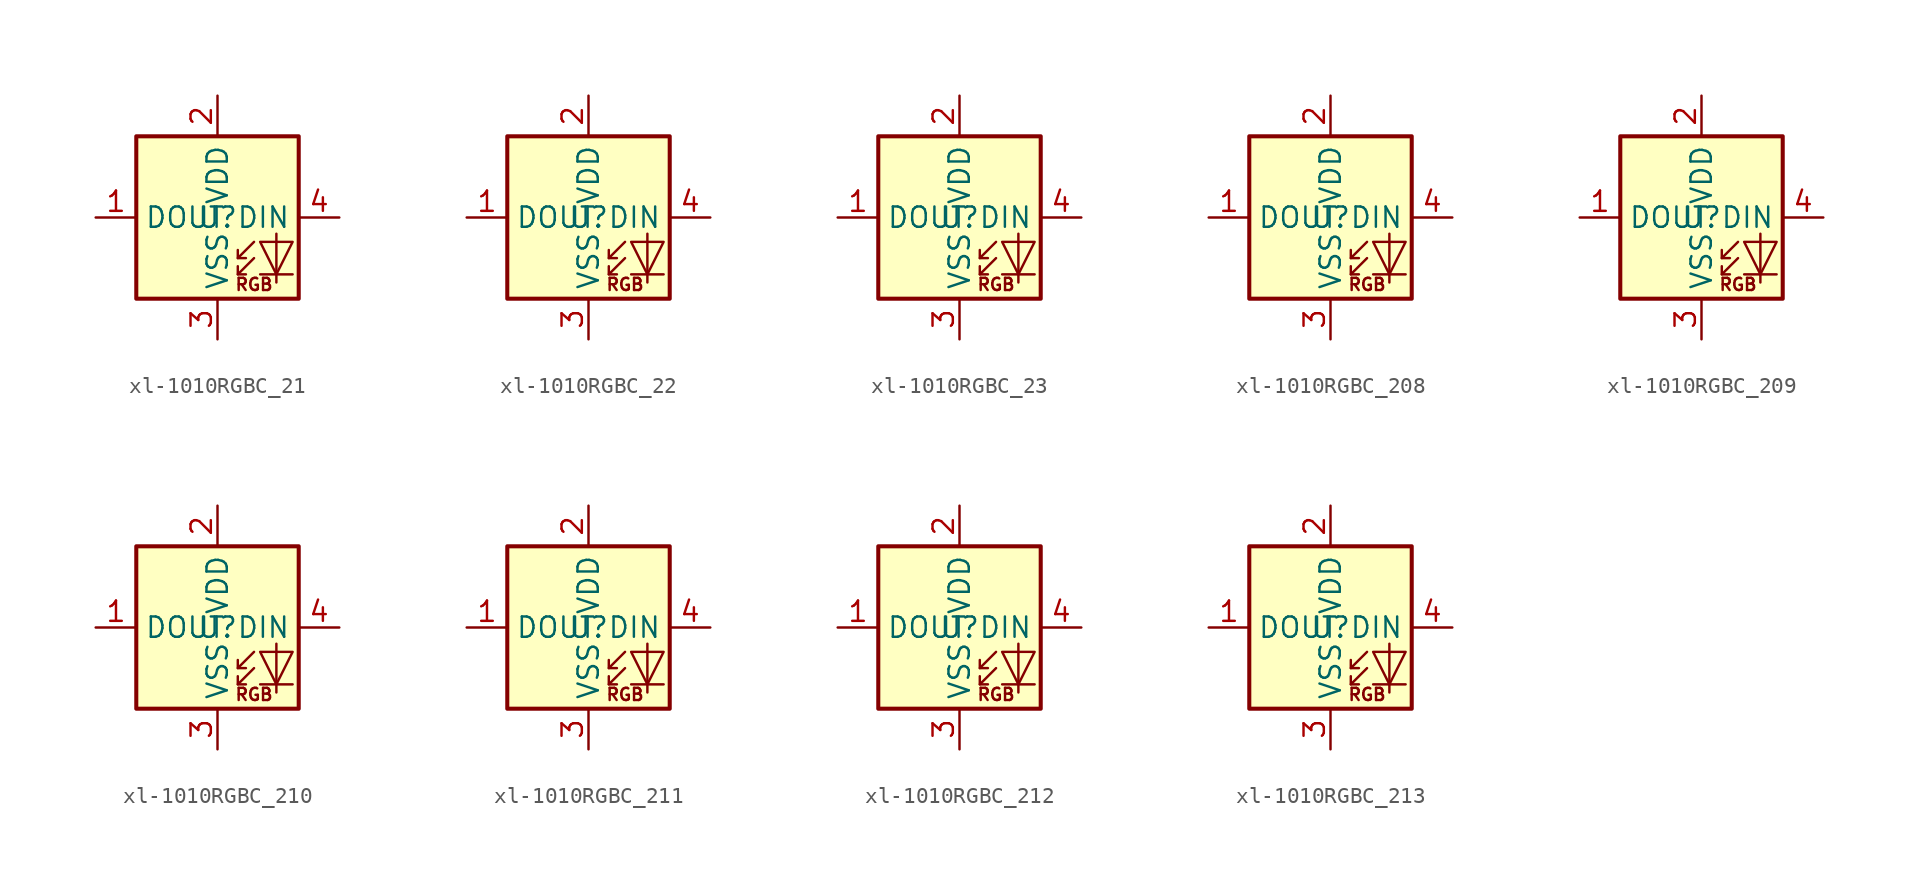
<source format=kicad_sym>
(kicad_symbol_lib
  (version 20231120)
  (generator "kicad_symbol_editor")
  (generator_version "8.0")
  (symbol "xl-1010RGBC_21"
    (property "Reference" "U"
      (at 0 0 0)
      (effects (font (size 1.27 1.27))))
    (property "Value" ""
      (at 0 0 0)
      (effects (font (size 1.27 1.27))))
    (symbol "xl-1010RGBC_21_0_0"
      (text "RGB" (at 2.286 -4.191 0) (effects (font (size 0.762 0.762)))))
    (symbol "xl-1010RGBC_21_0_1"
      (polyline (pts (xy 1.27 -3.556) (xy 1.778 -3.556)) (stroke (width 0) (type default)) (fill (type none)))
      (polyline (pts (xy 1.27 -2.54) (xy 1.778 -2.54)) (stroke (width 0) (type default)) (fill (type none)))
      (polyline (pts (xy 4.699 -3.556) (xy 2.667 -3.556)) (stroke (width 0) (type default)) (fill (type none)))
      (polyline (pts (xy 2.286 -2.54) (xy 1.27 -3.556) (xy 1.27 -3.048)) (stroke (width 0) (type default)) (fill (type none)))
      (polyline (pts (xy 2.286 -1.524) (xy 1.27 -2.54) (xy 1.27 -2.032)) (stroke (width 0) (type default)) (fill (type none)))
      (polyline (pts (xy 3.683 -1.016) (xy 3.683 -3.556) (xy 3.683 -4.064)) (stroke (width 0) (type default)) (fill (type none)))
      (polyline (pts (xy 4.699 -1.524) (xy 2.667 -1.524) (xy 3.683 -3.556) (xy 4.699 -1.524)) (stroke (width 0) (type default)) (fill (type none)))
      (rectangle (start 5.08 5.08) (end -5.08 -5.08) (stroke (width 0.254) (type default)) (fill (type background))))
    (symbol "xl-1010RGBC_21_1_1"
      (pin output line (at -7.62 0 0) (length 2.54) (name "DOUT" (effects (font (size 1.27 1.27)))) (number "1" (effects (font (size 1.27 1.27)))))
      (pin power_in line (at 0 7.62 270) (length 2.54) (name "VDD" (effects (font (size 1.27 1.27)))) (number "2" (effects (font (size 1.27 1.27)))))
      (pin power_in line (at 0 -7.62 90) (length 2.54) (name "VSS" (effects (font (size 1.27 1.27)))) (number "3" (effects (font (size 1.27 1.27)))))
      (pin input line (at 7.62 0 180) (length 2.54) (name "DIN" (effects (font (size 1.27 1.27)))) (number "4" (effects (font (size 1.27 1.27)))))))
  (symbol "xl-1010RGBC_22"
    (property "Reference" "U"
      (at 0 0 0)
      (effects (font (size 1.27 1.27))))
    (property "Value" ""
      (at 0 0 0)
      (effects (font (size 1.27 1.27))))
    (symbol "xl-1010RGBC_22_0_0"
      (text "RGB" (at 2.286 -4.191 0) (effects (font (size 0.762 0.762)))))
    (symbol "xl-1010RGBC_22_0_1"
      (polyline (pts (xy 1.27 -3.556) (xy 1.778 -3.556)) (stroke (width 0) (type default)) (fill (type none)))
      (polyline (pts (xy 1.27 -2.54) (xy 1.778 -2.54)) (stroke (width 0) (type default)) (fill (type none)))
      (polyline (pts (xy 4.699 -3.556) (xy 2.667 -3.556)) (stroke (width 0) (type default)) (fill (type none)))
      (polyline (pts (xy 2.286 -2.54) (xy 1.27 -3.556) (xy 1.27 -3.048)) (stroke (width 0) (type default)) (fill (type none)))
      (polyline (pts (xy 2.286 -1.524) (xy 1.27 -2.54) (xy 1.27 -2.032)) (stroke (width 0) (type default)) (fill (type none)))
      (polyline (pts (xy 3.683 -1.016) (xy 3.683 -3.556) (xy 3.683 -4.064)) (stroke (width 0) (type default)) (fill (type none)))
      (polyline (pts (xy 4.699 -1.524) (xy 2.667 -1.524) (xy 3.683 -3.556) (xy 4.699 -1.524)) (stroke (width 0) (type default)) (fill (type none)))
      (rectangle (start 5.08 5.08) (end -5.08 -5.08) (stroke (width 0.254) (type default)) (fill (type background))))
    (symbol "xl-1010RGBC_22_1_1"
      (pin output line (at -7.62 0 0) (length 2.54) (name "DOUT" (effects (font (size 1.27 1.27)))) (number "1" (effects (font (size 1.27 1.27)))))
      (pin power_in line (at 0 7.62 270) (length 2.54) (name "VDD" (effects (font (size 1.27 1.27)))) (number "2" (effects (font (size 1.27 1.27)))))
      (pin power_in line (at 0 -7.62 90) (length 2.54) (name "VSS" (effects (font (size 1.27 1.27)))) (number "3" (effects (font (size 1.27 1.27)))))
      (pin input line (at 7.62 0 180) (length 2.54) (name "DIN" (effects (font (size 1.27 1.27)))) (number "4" (effects (font (size 1.27 1.27)))))))
  (symbol "xl-1010RGBC_23"
    (property "Reference" "U"
      (at 0 0 0)
      (effects (font (size 1.27 1.27))))
    (property "Value" ""
      (at 0 0 0)
      (effects (font (size 1.27 1.27))))
    (symbol "xl-1010RGBC_23_0_0"
      (text "RGB" (at 2.286 -4.191 0) (effects (font (size 0.762 0.762)))))
    (symbol "xl-1010RGBC_23_0_1"
      (polyline (pts (xy 1.27 -3.556) (xy 1.778 -3.556)) (stroke (width 0) (type default)) (fill (type none)))
      (polyline (pts (xy 1.27 -2.54) (xy 1.778 -2.54)) (stroke (width 0) (type default)) (fill (type none)))
      (polyline (pts (xy 4.699 -3.556) (xy 2.667 -3.556)) (stroke (width 0) (type default)) (fill (type none)))
      (polyline (pts (xy 2.286 -2.54) (xy 1.27 -3.556) (xy 1.27 -3.048)) (stroke (width 0) (type default)) (fill (type none)))
      (polyline (pts (xy 2.286 -1.524) (xy 1.27 -2.54) (xy 1.27 -2.032)) (stroke (width 0) (type default)) (fill (type none)))
      (polyline (pts (xy 3.683 -1.016) (xy 3.683 -3.556) (xy 3.683 -4.064)) (stroke (width 0) (type default)) (fill (type none)))
      (polyline (pts (xy 4.699 -1.524) (xy 2.667 -1.524) (xy 3.683 -3.556) (xy 4.699 -1.524)) (stroke (width 0) (type default)) (fill (type none)))
      (rectangle (start 5.08 5.08) (end -5.08 -5.08) (stroke (width 0.254) (type default)) (fill (type background))))
    (symbol "xl-1010RGBC_23_1_1"
      (pin output line (at -7.62 0 0) (length 2.54) (name "DOUT" (effects (font (size 1.27 1.27)))) (number "1" (effects (font (size 1.27 1.27)))))
      (pin power_in line (at 0 7.62 270) (length 2.54) (name "VDD" (effects (font (size 1.27 1.27)))) (number "2" (effects (font (size 1.27 1.27)))))
      (pin power_in line (at 0 -7.62 90) (length 2.54) (name "VSS" (effects (font (size 1.27 1.27)))) (number "3" (effects (font (size 1.27 1.27)))))
      (pin input line (at 7.62 0 180) (length 2.54) (name "DIN" (effects (font (size 1.27 1.27)))) (number "4" (effects (font (size 1.27 1.27)))))))
  (symbol "xl-1010RGBC_208"
    (property "Reference" "U"
      (at 0 0 0)
      (effects (font (size 1.27 1.27))))
    (property "Value" ""
      (at 0 0 0)
      (effects (font (size 1.27 1.27))))
    (symbol "xl-1010RGBC_208_0_0"
      (text "RGB" (at 2.286 -4.191 0) (effects (font (size 0.762 0.762)))))
    (symbol "xl-1010RGBC_208_0_1"
      (polyline (pts (xy 1.27 -3.556) (xy 1.778 -3.556)) (stroke (width 0) (type default)) (fill (type none)))
      (polyline (pts (xy 1.27 -2.54) (xy 1.778 -2.54)) (stroke (width 0) (type default)) (fill (type none)))
      (polyline (pts (xy 4.699 -3.556) (xy 2.667 -3.556)) (stroke (width 0) (type default)) (fill (type none)))
      (polyline (pts (xy 2.286 -2.54) (xy 1.27 -3.556) (xy 1.27 -3.048)) (stroke (width 0) (type default)) (fill (type none)))
      (polyline (pts (xy 2.286 -1.524) (xy 1.27 -2.54) (xy 1.27 -2.032)) (stroke (width 0) (type default)) (fill (type none)))
      (polyline (pts (xy 3.683 -1.016) (xy 3.683 -3.556) (xy 3.683 -4.064)) (stroke (width 0) (type default)) (fill (type none)))
      (polyline (pts (xy 4.699 -1.524) (xy 2.667 -1.524) (xy 3.683 -3.556) (xy 4.699 -1.524)) (stroke (width 0) (type default)) (fill (type none)))
      (rectangle (start 5.08 5.08) (end -5.08 -5.08) (stroke (width 0.254) (type default)) (fill (type background))))
    (symbol "xl-1010RGBC_208_1_1"
      (pin output line (at -7.62 0 0) (length 2.54) (name "DOUT" (effects (font (size 1.27 1.27)))) (number "1" (effects (font (size 1.27 1.27)))))
      (pin power_in line (at 0 7.62 270) (length 2.54) (name "VDD" (effects (font (size 1.27 1.27)))) (number "2" (effects (font (size 1.27 1.27)))))
      (pin power_in line (at 0 -7.62 90) (length 2.54) (name "VSS" (effects (font (size 1.27 1.27)))) (number "3" (effects (font (size 1.27 1.27)))))
      (pin input line (at 7.62 0 180) (length 2.54) (name "DIN" (effects (font (size 1.27 1.27)))) (number "4" (effects (font (size 1.27 1.27)))))))
  (symbol "xl-1010RGBC_209"
    (property "Reference" "U"
      (at 0 0 0)
      (effects (font (size 1.27 1.27))))
    (property "Value" ""
      (at 0 0 0)
      (effects (font (size 1.27 1.27))))
    (symbol "xl-1010RGBC_209_0_0"
      (text "RGB" (at 2.286 -4.191 0) (effects (font (size 0.762 0.762)))))
    (symbol "xl-1010RGBC_209_0_1"
      (polyline (pts (xy 1.27 -3.556) (xy 1.778 -3.556)) (stroke (width 0) (type default)) (fill (type none)))
      (polyline (pts (xy 1.27 -2.54) (xy 1.778 -2.54)) (stroke (width 0) (type default)) (fill (type none)))
      (polyline (pts (xy 4.699 -3.556) (xy 2.667 -3.556)) (stroke (width 0) (type default)) (fill (type none)))
      (polyline (pts (xy 2.286 -2.54) (xy 1.27 -3.556) (xy 1.27 -3.048)) (stroke (width 0) (type default)) (fill (type none)))
      (polyline (pts (xy 2.286 -1.524) (xy 1.27 -2.54) (xy 1.27 -2.032)) (stroke (width 0) (type default)) (fill (type none)))
      (polyline (pts (xy 3.683 -1.016) (xy 3.683 -3.556) (xy 3.683 -4.064)) (stroke (width 0) (type default)) (fill (type none)))
      (polyline (pts (xy 4.699 -1.524) (xy 2.667 -1.524) (xy 3.683 -3.556) (xy 4.699 -1.524)) (stroke (width 0) (type default)) (fill (type none)))
      (rectangle (start 5.08 5.08) (end -5.08 -5.08) (stroke (width 0.254) (type default)) (fill (type background))))
    (symbol "xl-1010RGBC_209_1_1"
      (pin output line (at -7.62 0 0) (length 2.54) (name "DOUT" (effects (font (size 1.27 1.27)))) (number "1" (effects (font (size 1.27 1.27)))))
      (pin power_in line (at 0 7.62 270) (length 2.54) (name "VDD" (effects (font (size 1.27 1.27)))) (number "2" (effects (font (size 1.27 1.27)))))
      (pin power_in line (at 0 -7.62 90) (length 2.54) (name "VSS" (effects (font (size 1.27 1.27)))) (number "3" (effects (font (size 1.27 1.27)))))
      (pin input line (at 7.62 0 180) (length 2.54) (name "DIN" (effects (font (size 1.27 1.27)))) (number "4" (effects (font (size 1.27 1.27)))))))
  (symbol "xl-1010RGBC_210"
    (property "Reference" "U"
      (at 0 0 0)
      (effects (font (size 1.27 1.27))))
    (property "Value" ""
      (at 0 0 0)
      (effects (font (size 1.27 1.27))))
    (symbol "xl-1010RGBC_210_0_0"
      (text "RGB" (at 2.286 -4.191 0) (effects (font (size 0.762 0.762)))))
    (symbol "xl-1010RGBC_210_0_1"
      (polyline (pts (xy 1.27 -3.556) (xy 1.778 -3.556)) (stroke (width 0) (type default)) (fill (type none)))
      (polyline (pts (xy 1.27 -2.54) (xy 1.778 -2.54)) (stroke (width 0) (type default)) (fill (type none)))
      (polyline (pts (xy 4.699 -3.556) (xy 2.667 -3.556)) (stroke (width 0) (type default)) (fill (type none)))
      (polyline (pts (xy 2.286 -2.54) (xy 1.27 -3.556) (xy 1.27 -3.048)) (stroke (width 0) (type default)) (fill (type none)))
      (polyline (pts (xy 2.286 -1.524) (xy 1.27 -2.54) (xy 1.27 -2.032)) (stroke (width 0) (type default)) (fill (type none)))
      (polyline (pts (xy 3.683 -1.016) (xy 3.683 -3.556) (xy 3.683 -4.064)) (stroke (width 0) (type default)) (fill (type none)))
      (polyline (pts (xy 4.699 -1.524) (xy 2.667 -1.524) (xy 3.683 -3.556) (xy 4.699 -1.524)) (stroke (width 0) (type default)) (fill (type none)))
      (rectangle (start 5.08 5.08) (end -5.08 -5.08) (stroke (width 0.254) (type default)) (fill (type background))))
    (symbol "xl-1010RGBC_210_1_1"
      (pin output line (at -7.62 0 0) (length 2.54) (name "DOUT" (effects (font (size 1.27 1.27)))) (number "1" (effects (font (size 1.27 1.27)))))
      (pin power_in line (at 0 7.62 270) (length 2.54) (name "VDD" (effects (font (size 1.27 1.27)))) (number "2" (effects (font (size 1.27 1.27)))))
      (pin power_in line (at 0 -7.62 90) (length 2.54) (name "VSS" (effects (font (size 1.27 1.27)))) (number "3" (effects (font (size 1.27 1.27)))))
      (pin input line (at 7.62 0 180) (length 2.54) (name "DIN" (effects (font (size 1.27 1.27)))) (number "4" (effects (font (size 1.27 1.27)))))))
  (symbol "xl-1010RGBC_211"
    (property "Reference" "U"
      (at 0 0 0)
      (effects (font (size 1.27 1.27))))
    (property "Value" ""
      (at 0 0 0)
      (effects (font (size 1.27 1.27))))
    (symbol "xl-1010RGBC_211_0_0"
      (text "RGB" (at 2.286 -4.191 0) (effects (font (size 0.762 0.762)))))
    (symbol "xl-1010RGBC_211_0_1"
      (polyline (pts (xy 1.27 -3.556) (xy 1.778 -3.556)) (stroke (width 0) (type default)) (fill (type none)))
      (polyline (pts (xy 1.27 -2.54) (xy 1.778 -2.54)) (stroke (width 0) (type default)) (fill (type none)))
      (polyline (pts (xy 4.699 -3.556) (xy 2.667 -3.556)) (stroke (width 0) (type default)) (fill (type none)))
      (polyline (pts (xy 2.286 -2.54) (xy 1.27 -3.556) (xy 1.27 -3.048)) (stroke (width 0) (type default)) (fill (type none)))
      (polyline (pts (xy 2.286 -1.524) (xy 1.27 -2.54) (xy 1.27 -2.032)) (stroke (width 0) (type default)) (fill (type none)))
      (polyline (pts (xy 3.683 -1.016) (xy 3.683 -3.556) (xy 3.683 -4.064)) (stroke (width 0) (type default)) (fill (type none)))
      (polyline (pts (xy 4.699 -1.524) (xy 2.667 -1.524) (xy 3.683 -3.556) (xy 4.699 -1.524)) (stroke (width 0) (type default)) (fill (type none)))
      (rectangle (start 5.08 5.08) (end -5.08 -5.08) (stroke (width 0.254) (type default)) (fill (type background))))
    (symbol "xl-1010RGBC_211_1_1"
      (pin output line (at -7.62 0 0) (length 2.54) (name "DOUT" (effects (font (size 1.27 1.27)))) (number "1" (effects (font (size 1.27 1.27)))))
      (pin power_in line (at 0 7.62 270) (length 2.54) (name "VDD" (effects (font (size 1.27 1.27)))) (number "2" (effects (font (size 1.27 1.27)))))
      (pin power_in line (at 0 -7.62 90) (length 2.54) (name "VSS" (effects (font (size 1.27 1.27)))) (number "3" (effects (font (size 1.27 1.27)))))
      (pin input line (at 7.62 0 180) (length 2.54) (name "DIN" (effects (font (size 1.27 1.27)))) (number "4" (effects (font (size 1.27 1.27)))))))
  (symbol "xl-1010RGBC_212"
    (property "Reference" "U"
      (at 0 0 0)
      (effects (font (size 1.27 1.27))))
    (property "Value" ""
      (at 0 0 0)
      (effects (font (size 1.27 1.27))))
    (symbol "xl-1010RGBC_212_0_0"
      (text "RGB" (at 2.286 -4.191 0) (effects (font (size 0.762 0.762)))))
    (symbol "xl-1010RGBC_212_0_1"
      (polyline (pts (xy 1.27 -3.556) (xy 1.778 -3.556)) (stroke (width 0) (type default)) (fill (type none)))
      (polyline (pts (xy 1.27 -2.54) (xy 1.778 -2.54)) (stroke (width 0) (type default)) (fill (type none)))
      (polyline (pts (xy 4.699 -3.556) (xy 2.667 -3.556)) (stroke (width 0) (type default)) (fill (type none)))
      (polyline (pts (xy 2.286 -2.54) (xy 1.27 -3.556) (xy 1.27 -3.048)) (stroke (width 0) (type default)) (fill (type none)))
      (polyline (pts (xy 2.286 -1.524) (xy 1.27 -2.54) (xy 1.27 -2.032)) (stroke (width 0) (type default)) (fill (type none)))
      (polyline (pts (xy 3.683 -1.016) (xy 3.683 -3.556) (xy 3.683 -4.064)) (stroke (width 0) (type default)) (fill (type none)))
      (polyline (pts (xy 4.699 -1.524) (xy 2.667 -1.524) (xy 3.683 -3.556) (xy 4.699 -1.524)) (stroke (width 0) (type default)) (fill (type none)))
      (rectangle (start 5.08 5.08) (end -5.08 -5.08) (stroke (width 0.254) (type default)) (fill (type background))))
    (symbol "xl-1010RGBC_212_1_1"
      (pin output line (at -7.62 0 0) (length 2.54) (name "DOUT" (effects (font (size 1.27 1.27)))) (number "1" (effects (font (size 1.27 1.27)))))
      (pin power_in line (at 0 7.62 270) (length 2.54) (name "VDD" (effects (font (size 1.27 1.27)))) (number "2" (effects (font (size 1.27 1.27)))))
      (pin power_in line (at 0 -7.62 90) (length 2.54) (name "VSS" (effects (font (size 1.27 1.27)))) (number "3" (effects (font (size 1.27 1.27)))))
      (pin input line (at 7.62 0 180) (length 2.54) (name "DIN" (effects (font (size 1.27 1.27)))) (number "4" (effects (font (size 1.27 1.27)))))))
  (symbol "xl-1010RGBC_213"
    (property "Reference" "U"
      (at 0 0 0)
      (effects (font (size 1.27 1.27))))
    (property "Value" ""
      (at 0 0 0)
      (effects (font (size 1.27 1.27))))
    (symbol "xl-1010RGBC_213_0_0"
      (text "RGB" (at 2.286 -4.191 0) (effects (font (size 0.762 0.762)))))
    (symbol "xl-1010RGBC_213_0_1"
      (polyline (pts (xy 1.27 -3.556) (xy 1.778 -3.556)) (stroke (width 0) (type default)) (fill (type none)))
      (polyline (pts (xy 1.27 -2.54) (xy 1.778 -2.54)) (stroke (width 0) (type default)) (fill (type none)))
      (polyline (pts (xy 4.699 -3.556) (xy 2.667 -3.556)) (stroke (width 0) (type default)) (fill (type none)))
      (polyline (pts (xy 2.286 -2.54) (xy 1.27 -3.556) (xy 1.27 -3.048)) (stroke (width 0) (type default)) (fill (type none)))
      (polyline (pts (xy 2.286 -1.524) (xy 1.27 -2.54) (xy 1.27 -2.032)) (stroke (width 0) (type default)) (fill (type none)))
      (polyline (pts (xy 3.683 -1.016) (xy 3.683 -3.556) (xy 3.683 -4.064)) (stroke (width 0) (type default)) (fill (type none)))
      (polyline (pts (xy 4.699 -1.524) (xy 2.667 -1.524) (xy 3.683 -3.556) (xy 4.699 -1.524)) (stroke (width 0) (type default)) (fill (type none)))
      (rectangle (start 5.08 5.08) (end -5.08 -5.08) (stroke (width 0.254) (type default)) (fill (type background))))
    (symbol "xl-1010RGBC_213_1_1"
      (pin output line (at -7.62 0 0) (length 2.54) (name "DOUT" (effects (font (size 1.27 1.27)))) (number "1" (effects (font (size 1.27 1.27)))))
      (pin power_in line (at 0 7.62 270) (length 2.54) (name "VDD" (effects (font (size 1.27 1.27)))) (number "2" (effects (font (size 1.27 1.27)))))
      (pin power_in line (at 0 -7.62 90) (length 2.54) (name "VSS" (effects (font (size 1.27 1.27)))) (number "3" (effects (font (size 1.27 1.27)))))
      (pin input line (at 7.62 0 180) (length 2.54) (name "DIN" (effects (font (size 1.27 1.27)))) (number "4" (effects (font (size 1.27 1.27))))))))
</source>
